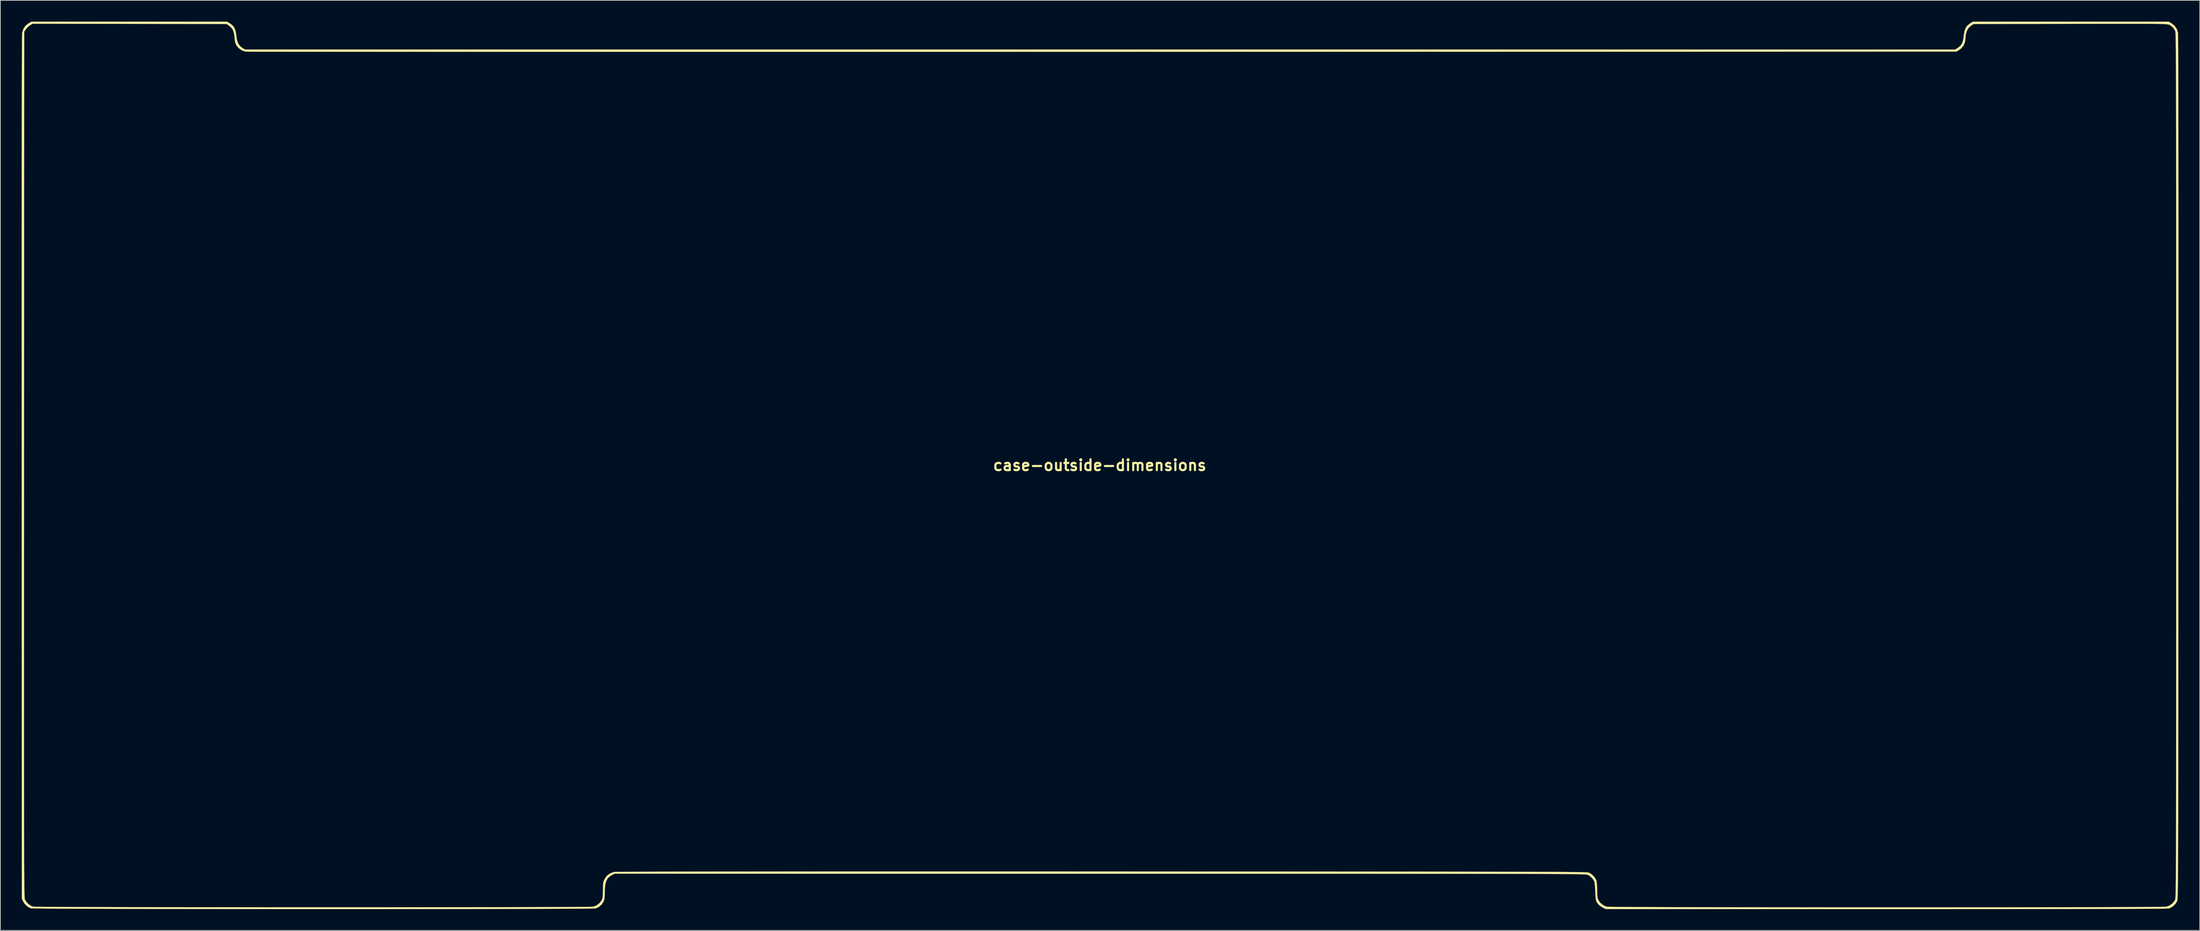
<source format=kicad_pcb>
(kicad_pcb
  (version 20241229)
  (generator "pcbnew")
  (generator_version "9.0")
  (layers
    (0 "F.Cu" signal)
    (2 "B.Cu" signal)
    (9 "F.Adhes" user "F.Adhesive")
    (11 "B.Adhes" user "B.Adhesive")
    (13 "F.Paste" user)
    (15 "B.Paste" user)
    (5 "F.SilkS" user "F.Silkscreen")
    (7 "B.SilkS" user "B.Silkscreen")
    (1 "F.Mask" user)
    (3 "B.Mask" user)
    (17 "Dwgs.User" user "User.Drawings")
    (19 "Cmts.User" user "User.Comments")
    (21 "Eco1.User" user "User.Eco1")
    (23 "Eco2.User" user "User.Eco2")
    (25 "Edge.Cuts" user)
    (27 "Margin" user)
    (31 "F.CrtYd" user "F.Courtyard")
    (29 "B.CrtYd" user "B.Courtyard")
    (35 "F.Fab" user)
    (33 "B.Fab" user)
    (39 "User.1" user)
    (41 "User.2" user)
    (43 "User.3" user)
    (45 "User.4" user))
  (footprint "case-outside-dimensions"
    (layer "F.Cu")
    (at 152.135 62.616)
    (property "Reference" "case-outside-dimensions" (at 0 0 0) (layer "F.SilkS") (effects (font (size 1.524 1.524) (thickness 0.3))))
    (attr through_hole)
    (fp_poly (pts (xy -122.748 -62.376) (xy -122.38 -62.1) (xy -122.116 -61.753) (xy -121.941 -61.308) (xy -121.842 -60.736) (xy -121.83 -60.613) (xy -121.741 -60.01) (xy -121.579 -59.541) (xy -121.331 -59.18) (xy -120.984 -58.903) (xy -120.958 -58.888) (xy -120.593 -58.674) (xy 0.054 -58.674) (xy 120.702 -58.674) (xy 121.095 -58.924) (xy 121.419 -59.181) (xy 121.651 -59.499) (xy 121.805 -59.91) (xy 121.898 -60.443) (xy 121.916 -60.628) (xy 122.005 -61.226) (xy 122.17 -61.694) (xy 122.424 -62.059) (xy 122.783 -62.346) (xy 122.832 -62.376) (xy 123.232 -62.611) (xy 150.834 -62.611) (xy 151.238 -62.373) (xy 151.677 -62.024) (xy 151.984 -61.569) (xy 152.144 -61.087) (xy 152.15 -60.992) (xy 152.156 -60.765) (xy 152.162 -60.407) (xy 152.167 -59.915) (xy 152.172 -59.288) (xy 152.177 -58.525) (xy 152.182 -57.624) (xy 152.186 -56.584) (xy 152.19 -55.404) (xy 152.194 -54.082) (xy 152.197 -52.617) (xy 152.2 -51.007) (xy 152.203 -49.251) (xy 152.205 -47.349) (xy 152.208 -45.297) (xy 152.21 -43.096) (xy 152.211 -40.743) (xy 152.213 -38.237) (xy 152.214 -35.577) (xy 152.215 -32.762) (xy 152.215 -29.79) (xy 152.216 -26.66) (xy 152.216 -23.37) (xy 152.216 -19.919) (xy 152.215 -16.306) (xy 152.215 -12.529) (xy 152.214 -8.587) (xy 152.212 -4.478) (xy 152.211 -0.202) (xy 152.211 0.254) (xy 152.209 4.105) (xy 152.208 7.791) (xy 152.207 11.315) (xy 152.205 14.68) (xy 152.204 17.891) (xy 152.203 20.951) (xy 152.201 23.863) (xy 152.2 26.631) (xy 152.198 29.26) (xy 152.197 31.752) (xy 152.195 34.112) (xy 152.194 36.342) (xy 152.192 38.447) (xy 152.19 40.431) (xy 152.189 42.296) (xy 152.187 44.047) (xy 152.185 45.687) (xy 152.182 47.22) (xy 152.18 48.65) (xy 152.177 49.98) (xy 152.175 51.214) (xy 152.172 52.356) (xy 152.169 53.408) (xy 152.165 54.376) (xy 152.162 55.262) (xy 152.158 56.071) (xy 152.154 56.805) (xy 152.15 57.469) (xy 152.146 58.066) (xy 152.141 58.6) (xy 152.136 59.075) (xy 152.131 59.494) (xy 152.125 59.861) (xy 152.12 60.179) (xy 152.113 60.452) (xy 152.107 60.685) (xy 152.1 60.88) (xy 152.093 61.041) (xy 152.085 61.172) (xy 152.077 61.276) (xy 152.069 61.358) (xy 152.061 61.42) (xy 152.051 61.467) (xy 152.042 61.502) (xy 152.032 61.529) (xy 152.03 61.533) (xy 151.788 61.916) (xy 151.439 62.255) (xy 151.04 62.498) (xy 150.888 62.555) (xy 150.819 62.563) (xy 150.664 62.571) (xy 150.422 62.578) (xy 150.087 62.585) (xy 149.658 62.592) (xy 149.13 62.598) (xy 148.501 62.604) (xy 147.767 62.609) (xy 146.925 62.614) (xy 145.971 62.619) (xy 144.903 62.623) (xy 143.716 62.627) (xy 142.409 62.631) (xy 140.976 62.634) (xy 139.416 62.637) (xy 137.725 62.64) (xy 135.899 62.643) (xy 133.935 62.645) (xy 131.83 62.647) (xy 129.581 62.648) (xy 127.184 62.65) (xy 124.636 62.651) (xy 121.934 62.652) (xy 119.074 62.653) (xy 116.054 62.653) (xy 112.869 62.653) (xy 110.982 62.653) (xy 71.404 62.653) (xy 70.945 62.42) (xy 70.489 62.11) (xy 70.232 61.821) (xy 70.133 61.671) (xy 70.062 61.533) (xy 70.013 61.372) (xy 69.98 61.155) (xy 69.956 60.849) (xy 69.934 60.421) (xy 69.925 60.213) (xy 69.901 59.753) (xy 69.869 59.339) (xy 69.833 59.007) (xy 69.797 58.795) (xy 69.785 58.754) (xy 69.567 58.388) (xy 69.246 58.055) (xy 68.884 57.819) (xy 68.88 57.817) (xy 68.856 57.808) (xy 68.823 57.799) (xy 68.779 57.79) (xy 68.719 57.782) (xy 68.641 57.774) (xy 68.54 57.767) (xy 68.413 57.76) (xy 68.257 57.753) (xy 68.069 57.747) (xy 67.844 57.74) (xy 67.58 57.734) (xy 67.273 57.729) (xy 66.92 57.724) (xy 66.517 57.719) (xy 66.06 57.714) (xy 65.547 57.709) (xy 64.973 57.705) (xy 64.336 57.701) (xy 63.631 57.698) (xy 62.856 57.694) (xy 62.007 57.691) (xy 61.08 57.688) (xy 60.073 57.685) (xy 58.981 57.682) (xy 57.802 57.68) (xy 56.531 57.678) (xy 55.165 57.676) (xy 53.701 57.674) (xy 52.136 57.672) (xy 50.465 57.67) (xy 48.686 57.669) (xy 46.795 57.668) (xy 44.789 57.667) (xy 42.664 57.666) (xy 40.416 57.665) (xy 38.043 57.664) (xy 35.541 57.663) (xy 32.905 57.663) (xy 30.134 57.662) (xy 27.223 57.662) (xy 24.17 57.661) (xy 20.969 57.661) (xy 17.619 57.661) (xy 14.116 57.66) (xy 10.455 57.66) (xy 6.635 57.66) (xy 2.651 57.66) (xy 0.039 57.66) (xy -68.459 57.658) (xy -68.832 57.849) (xy -69.182 58.069) (xy -69.447 58.343) (xy -69.638 58.694) (xy -69.763 59.142) (xy -69.83 59.711) (xy -69.85 60.394) (xy -69.857 60.83) (xy -69.884 61.144) (xy -69.937 61.386) (xy -70.022 61.601) (xy -70.027 61.611) (xy -70.311 62.028) (xy -70.699 62.36) (xy -71.113 62.557) (xy -71.224 62.565) (xy -71.497 62.572) (xy -71.927 62.579) (xy -72.506 62.586) (xy -73.229 62.593) (xy -74.089 62.599) (xy -75.08 62.605) (xy -76.194 62.611) (xy -77.427 62.616) (xy -78.771 62.621) (xy -80.22 62.625) (xy -81.768 62.629) (xy -83.407 62.633) (xy -85.133 62.637) (xy -86.937 62.64) (xy -88.815 62.643) (xy -90.759 62.646) (xy -92.763 62.648) (xy -94.821 62.65) (xy -96.926 62.652) (xy -99.071 62.653) (xy -101.251 62.654) (xy -103.459 62.655) (xy -105.689 62.655) (xy -107.934 62.655) (xy -110.187 62.655) (xy -112.442 62.655) (xy -114.694 62.654) (xy -116.935 62.653) (xy -119.158 62.651) (xy -121.359 62.65) (xy -123.53 62.648) (xy -125.664 62.645) (xy -127.756 62.643) (xy -129.798 62.64) (xy -131.785 62.637) (xy -133.711 62.633) (xy -135.568 62.629) (xy -137.35 62.625) (xy -139.051 62.621) (xy -140.664 62.616) (xy -142.183 62.611) (xy -143.602 62.606) (xy -144.914 62.6) (xy -146.113 62.595) (xy -147.192 62.589) (xy -148.145 62.582) (xy -148.966 62.576) (xy -149.647 62.569) (xy -150.184 62.561) (xy -150.568 62.554) (xy -150.794 62.546) (xy -150.856 62.54) (xy -151.298 62.3) (xy -151.678 61.943) (xy -151.923 61.562) (xy -152.104 61.172) (xy -152.113 33.943) (xy -151.796 33.943) (xy -151.796 36.192) (xy -151.796 38.315) (xy -151.796 40.315) (xy -151.795 42.196) (xy -151.794 43.962) (xy -151.793 45.617) (xy -151.791 47.163) (xy -151.79 48.605) (xy -151.788 49.947) (xy -151.786 51.191) (xy -151.784 52.342) (xy -151.781 53.403) (xy -151.779 54.377) (xy -151.776 55.269) (xy -151.772 56.081) (xy -151.769 56.819) (xy -151.765 57.484) (xy -151.761 58.081) (xy -151.756 58.613) (xy -151.752 59.084) (xy -151.747 59.498) (xy -151.741 59.858) (xy -151.736 60.167) (xy -151.73 60.431) (xy -151.723 60.651) (xy -151.717 60.831) (xy -151.71 60.976) (xy -151.702 61.089) (xy -151.694 61.173) (xy -151.686 61.232) (xy -151.678 61.269) (xy -151.675 61.277) (xy -151.463 61.641) (xy -151.14 61.969) (xy -150.76 62.212) (xy -150.504 62.303) (xy -150.391 62.309) (xy -150.115 62.316) (xy -149.683 62.322) (xy -149.101 62.327) (xy -148.376 62.333) (xy -147.513 62.338) (xy -146.52 62.343) (xy -145.403 62.348) (xy -144.168 62.353) (xy -142.822 62.357) (xy -141.372 62.361) (xy -139.823 62.365) (xy -138.182 62.368) (xy -136.456 62.372) (xy -134.651 62.375) (xy -132.774 62.378) (xy -130.831 62.38) (xy -128.828 62.383) (xy -126.772 62.385) (xy -124.67 62.387) (xy -122.528 62.388) (xy -120.352 62.39) (xy -118.149 62.391) (xy -115.925 62.392) (xy -113.688 62.392) (xy -111.442 62.393) (xy -109.195 62.393) (xy -106.953 62.393) (xy -104.723 62.393) (xy -102.511 62.392) (xy -100.323 62.391) (xy -98.167 62.39) (xy -96.048 62.389) (xy -93.973 62.387) (xy -91.948 62.385) (xy -89.98 62.383) (xy -88.076 62.381) (xy -86.241 62.378) (xy -84.482 62.375) (xy -82.807 62.372) (xy -81.22 62.368) (xy -79.729 62.365) (xy -78.34 62.361) (xy -77.06 62.357) (xy -75.895 62.352) (xy -74.851 62.347) (xy -73.936 62.342) (xy -73.154 62.337) (xy -72.514 62.332) (xy -72.021 62.326) (xy -71.681 62.32) (xy -71.502 62.313) (xy -71.477 62.311) (xy -71.015 62.133) (xy -70.61 61.83) (xy -70.311 61.44) (xy -70.264 61.347) (xy -70.194 61.156) (xy -70.147 60.926) (xy -70.12 60.62) (xy -70.108 60.201) (xy -70.106 59.938) (xy -70.103 59.485) (xy -70.09 59.161) (xy -70.062 58.923) (xy -70.013 58.731) (xy -69.935 58.544) (xy -69.871 58.415) (xy -69.552 57.952) (xy -69.131 57.623) (xy -68.602 57.426) (xy -68.495 57.404) (xy -68.378 57.398) (xy -68.091 57.392) (xy -67.635 57.387) (xy -67.009 57.382) (xy -66.215 57.377) (xy -65.251 57.373) (xy -64.117 57.368) (xy -62.815 57.364) (xy -61.343 57.36) (xy -59.702 57.357) (xy -57.892 57.354) (xy -55.912 57.351) (xy -53.764 57.348) (xy -51.446 57.346) (xy -48.959 57.344) (xy -46.303 57.342) (xy -43.477 57.34) (xy -40.483 57.339) (xy -37.319 57.338) (xy -33.987 57.337) (xy -30.485 57.336) (xy -26.814 57.336) (xy -22.974 57.336) (xy -18.965 57.336) (xy -14.787 57.337) (xy -10.44 57.337) (xy -5.924 57.338) (xy -1.239 57.34) (xy 0.339 57.34) (xy 4.424 57.341) (xy 8.343 57.343) (xy 12.099 57.344) (xy 15.697 57.345) (xy 19.139 57.346) (xy 22.43 57.348) (xy 25.571 57.349) (xy 28.567 57.35) (xy 31.422 57.351) (xy 34.139 57.353) (xy 36.72 57.354) (xy 39.171 57.355) (xy 41.493 57.357) (xy 43.691 57.359) (xy 45.768 57.36) (xy 47.728 57.362) (xy 49.574 57.364) (xy 51.309 57.366) (xy 52.937 57.368) (xy 54.461 57.37) (xy 55.885 57.372) (xy 57.212 57.375) (xy 58.446 57.377) (xy 59.59 57.38) (xy 60.647 57.383) (xy 61.622 57.386) (xy 62.517 57.39) (xy 63.336 57.393) (xy 64.083 57.397) (xy 64.76 57.401) (xy 65.372 57.405) (xy 65.921 57.41) (xy 66.412 57.415) (xy 66.847 57.42) (xy 67.231 57.425) (xy 67.566 57.43) (xy 67.856 57.436) (xy 68.105 57.442) (xy 68.316 57.448) (xy 68.492 57.455) (xy 68.637 57.462) (xy 68.755 57.47) (xy 68.848 57.477) (xy 68.92 57.485) (xy 68.975 57.494) (xy 69.016 57.502) (xy 69.047 57.511) (xy 69.069 57.52) (xy 69.452 57.762) (xy 69.79 58.111) (xy 70.034 58.51) (xy 70.09 58.662) (xy 70.13 58.879) (xy 70.162 59.216) (xy 70.184 59.625) (xy 70.191 59.996) (xy 70.198 60.478) (xy 70.22 60.829) (xy 70.261 61.089) (xy 70.327 61.296) (xy 70.349 61.347) (xy 70.619 61.751) (xy 71.005 62.076) (xy 71.458 62.285) (xy 71.562 62.311) (xy 71.679 62.318) (xy 71.959 62.324) (xy 72.395 62.331) (xy 72.98 62.337) (xy 73.71 62.343) (xy 74.576 62.349) (xy 75.573 62.354) (xy 76.694 62.359) (xy 77.932 62.364) (xy 79.282 62.368) (xy 80.736 62.373) (xy 82.288 62.377) (xy 83.932 62.38) (xy 85.661 62.384) (xy 87.468 62.387) (xy 89.348 62.39) (xy 91.294 62.392) (xy 93.299 62.395) (xy 95.356 62.397) (xy 97.46 62.399) (xy 99.604 62.4) (xy 101.781 62.402) (xy 103.985 62.403) (xy 106.21 62.403) (xy 108.448 62.404) (xy 110.694 62.404) (xy 112.941 62.404) (xy 115.182 62.403) (xy 117.412 62.403) (xy 119.623 62.402) (xy 121.809 62.401) (xy 123.964 62.399) (xy 126.081 62.398) (xy 128.154 62.396) (xy 130.175 62.393) (xy 132.14 62.391) (xy 134.041 62.388) (xy 135.871 62.385) (xy 137.625 62.381) (xy 139.296 62.378) (xy 140.877 62.374) (xy 142.362 62.37) (xy 143.744 62.365) (xy 145.018 62.361) (xy 146.175 62.356) (xy 147.211 62.35) (xy 148.118 62.345) (xy 148.89 62.339) (xy 149.521 62.333) (xy 150.004 62.326) (xy 150.333 62.32) (xy 150.5 62.313) (xy 150.519 62.311) (xy 150.981 62.133) (xy 151.386 61.83) (xy 151.685 61.44) (xy 151.732 61.347) (xy 151.742 61.322) (xy 151.751 61.289) (xy 151.76 61.244) (xy 151.769 61.183) (xy 151.777 61.103) (xy 151.785 61.001) (xy 151.792 60.872) (xy 151.8 60.713) (xy 151.806 60.52) (xy 151.813 60.29) (xy 151.819 60.019) (xy 151.824 59.703) (xy 151.83 59.338) (xy 151.835 58.922) (xy 151.84 58.449) (xy 151.844 57.918) (xy 151.849 57.323) (xy 151.852 56.662) (xy 151.856 55.93) (xy 151.86 55.125) (xy 151.863 54.241) (xy 151.866 53.277) (xy 151.868 52.227) (xy 151.871 51.089) (xy 151.873 49.858) (xy 151.875 48.531) (xy 151.877 47.105) (xy 151.879 45.576) (xy 151.881 43.939) (xy 151.882 42.192) (xy 151.883 40.331) (xy 151.884 38.352) (xy 151.885 36.251) (xy 151.886 34.025) (xy 151.887 31.67) (xy 151.888 29.183) (xy 151.888 26.559) (xy 151.889 23.796) (xy 151.889 20.888) (xy 151.889 17.834) (xy 151.889 14.629) (xy 151.89 11.27) (xy 151.89 7.752) (xy 151.89 4.072) (xy 151.89 0.227) (xy 151.89 0.018) (xy 151.89 -3.859) (xy 151.89 -7.571) (xy 151.89 -11.121) (xy 151.89 -14.512) (xy 151.89 -17.749) (xy 151.89 -20.833) (xy 151.889 -23.77) (xy 151.889 -26.563) (xy 151.888 -29.215) (xy 151.888 -31.73) (xy 151.887 -34.112) (xy 151.886 -36.364) (xy 151.885 -38.489) (xy 151.883 -40.491) (xy 151.882 -42.375) (xy 151.88 -44.143) (xy 151.879 -45.799) (xy 151.877 -47.346) (xy 151.875 -48.789) (xy 151.872 -50.13) (xy 151.87 -51.374) (xy 151.867 -52.524) (xy 151.864 -53.583) (xy 151.861 -54.555) (xy 151.858 -55.445) (xy 151.854 -56.254) (xy 151.85 -56.987) (xy 151.846 -57.648) (xy 151.842 -58.239) (xy 151.837 -58.766) (xy 151.832 -59.23) (xy 151.827 -59.637) (xy 151.821 -59.988) (xy 151.815 -60.289) (xy 151.809 -60.542) (xy 151.803 -60.751) (xy 151.796 -60.92) (xy 151.789 -61.053) (xy 151.781 -61.152) (xy 151.774 -61.221) (xy 151.765 -61.265) (xy 151.761 -61.279) (xy 151.5 -61.72) (xy 151.12 -62.052) (xy 150.941 -62.154) (xy 150.897 -62.175) (xy 150.843 -62.195) (xy 150.774 -62.212) (xy 150.679 -62.227) (xy 150.553 -62.241) (xy 150.387 -62.253) (xy 150.172 -62.264) (xy 149.902 -62.273) (xy 149.568 -62.281) (xy 149.163 -62.288) (xy 148.678 -62.293) (xy 148.106 -62.297) (xy 147.438 -62.3) (xy 146.668 -62.302) (xy 145.786 -62.303) (xy 144.786 -62.304) (xy 143.659 -62.303) (xy 142.398 -62.302) (xy 140.994 -62.3) (xy 139.439 -62.298) (xy 137.727 -62.295) (xy 136.965 -62.294) (xy 123.305 -62.272) (xy 122.945 -62.034) (xy 122.576 -61.691) (xy 122.323 -61.232) (xy 122.192 -60.673) (xy 122.175 -60.356) (xy 122.103 -59.753) (xy 121.893 -59.24) (xy 121.548 -58.825) (xy 121.288 -58.633) (xy 120.875 -58.378) (xy 0.345 -58.353) (xy -4.174 -58.352) (xy -8.652 -58.352) (xy -13.088 -58.351) (xy -17.477 -58.35) (xy -21.817 -58.35) (xy -26.105 -58.349) (xy -30.338 -58.349) (xy -34.512 -58.348) (xy -38.625 -58.348) (xy -42.674 -58.348) (xy -46.655 -58.348) (xy -50.566 -58.348) (xy -54.404 -58.348) (xy -58.165 -58.348) (xy -61.847 -58.348) (xy -65.447 -58.348) (xy -68.961 -58.348) (xy -72.387 -58.349) (xy -75.721 -58.349) (xy -78.961 -58.349) (xy -82.103 -58.35) (xy -85.145 -58.351) (xy -88.083 -58.351) (xy -90.915 -58.352) (xy -93.637 -58.353) (xy -96.247 -58.354) (xy -98.741 -58.355) (xy -101.116 -58.355) (xy -103.37 -58.357) (xy -105.5 -58.358) (xy -107.501 -58.359) (xy -109.372 -58.36) (xy -111.11 -58.361) (xy -112.71 -58.363) (xy -114.171 -58.364) (xy -115.489 -58.365) (xy -116.662 -58.367) (xy -117.686 -58.368) (xy -118.557 -58.37) (xy -119.275 -58.372) (xy -119.834 -58.373) (xy -120.233 -58.375) (xy -120.467 -58.377) (xy -120.536 -58.378) (xy -120.959 -58.511) (xy -121.37 -58.764) (xy -121.71 -59.098) (xy -121.834 -59.282) (xy -121.957 -59.558) (xy -122.037 -59.892) (xy -122.087 -60.338) (xy -122.09 -60.372) (xy -122.16 -60.933) (xy -122.29 -61.364) (xy -122.496 -61.702) (xy -122.793 -61.981) (xy -122.845 -62.018) (xy -123.205 -62.272) (xy -136.892 -62.293) (xy -150.58 -62.313) (xy -150.915 -62.122) (xy -151.169 -61.933) (xy -151.421 -61.678) (xy -151.507 -61.566) (xy -151.765 -61.199) (xy -151.788 -0.141) (xy -151.789 3.732) (xy -151.791 7.44) (xy -151.792 10.985) (xy -151.793 14.371) (xy -151.794 17.603) (xy -151.795 20.684) (xy -151.795 23.617) (xy -151.796 26.405) (xy -151.796 29.054) (xy -151.796 31.565) (xy -151.796 33.943) (xy -152.113 33.943) (xy -152.125 0.296) (xy -152.127 -4.168) (xy -152.128 -8.463) (xy -152.129 -12.588) (xy -152.129 -16.545) (xy -152.13 -20.332) (xy -152.13 -23.951) (xy -152.129 -27.401) (xy -152.129 -30.682) (xy -152.128 -33.794) (xy -152.126 -36.737) (xy -152.125 -39.512) (xy -152.123 -42.119) (xy -152.121 -44.557) (xy -152.119 -46.826) (xy -152.116 -48.927) (xy -152.113 -50.861) (xy -152.11 -52.626) (xy -152.106 -54.223) (xy -152.102 -55.651) (xy -152.098 -56.912) (xy -152.093 -58.006) (xy -152.089 -58.931) (xy -152.084 -59.689) (xy -152.078 -60.279) (xy -152.072 -60.702) (xy -152.066 -60.957) (xy -152.061 -61.041) (xy -151.885 -61.593) (xy -151.58 -62.038) (xy -151.153 -62.373) (xy -150.749 -62.611) (xy -123.148 -62.611) (xy -122.748 -62.376)) (stroke (width 0.01) (type solid)) (fill yes) (layer "F.SilkS")))
  (gr_rect
    (start -3 -3)
    (end 307.355 128.276)
    (stroke (width 0.1) (type default))
    (fill no)
    (layer "Edge.Cuts")))
</source>
